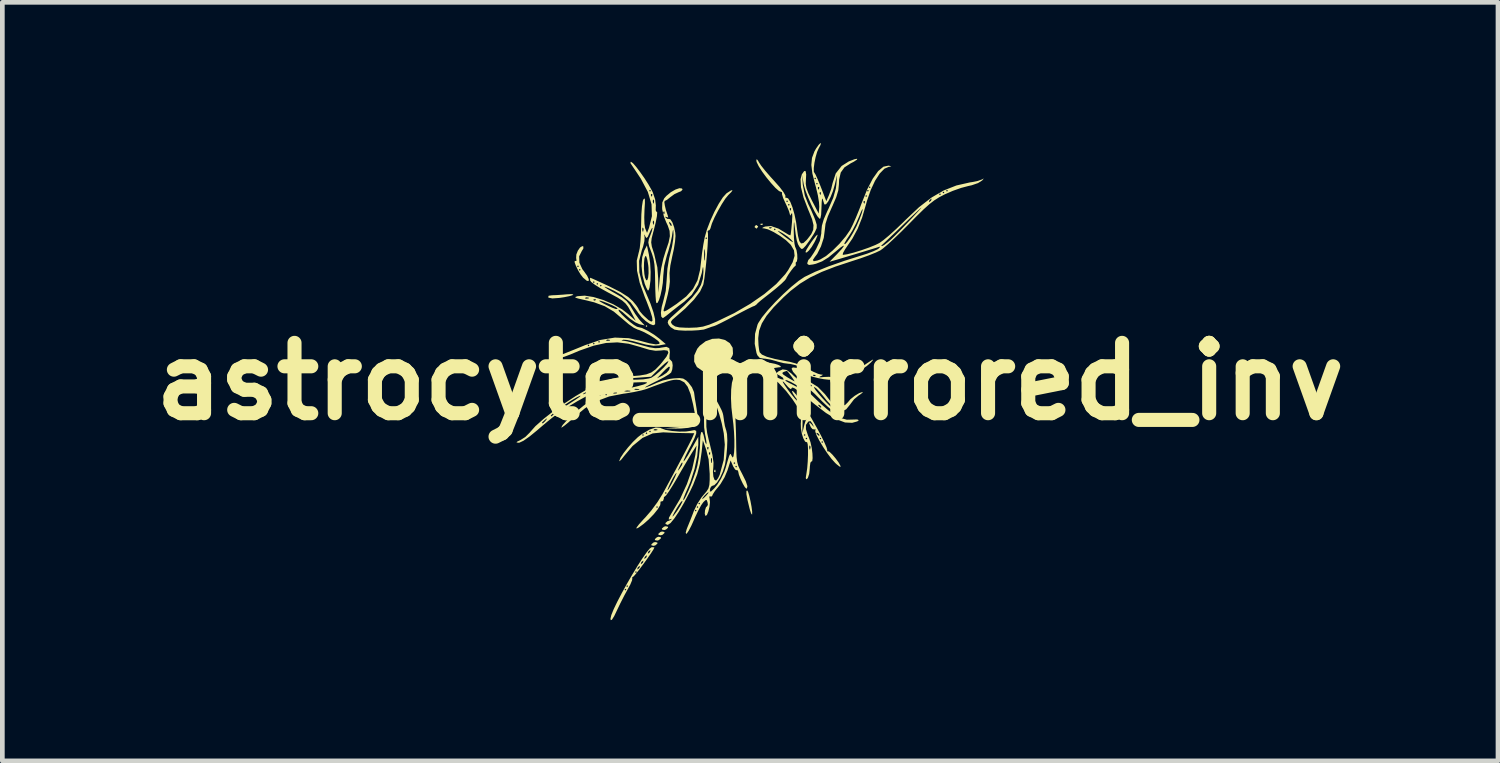
<source format=kicad_pcb>
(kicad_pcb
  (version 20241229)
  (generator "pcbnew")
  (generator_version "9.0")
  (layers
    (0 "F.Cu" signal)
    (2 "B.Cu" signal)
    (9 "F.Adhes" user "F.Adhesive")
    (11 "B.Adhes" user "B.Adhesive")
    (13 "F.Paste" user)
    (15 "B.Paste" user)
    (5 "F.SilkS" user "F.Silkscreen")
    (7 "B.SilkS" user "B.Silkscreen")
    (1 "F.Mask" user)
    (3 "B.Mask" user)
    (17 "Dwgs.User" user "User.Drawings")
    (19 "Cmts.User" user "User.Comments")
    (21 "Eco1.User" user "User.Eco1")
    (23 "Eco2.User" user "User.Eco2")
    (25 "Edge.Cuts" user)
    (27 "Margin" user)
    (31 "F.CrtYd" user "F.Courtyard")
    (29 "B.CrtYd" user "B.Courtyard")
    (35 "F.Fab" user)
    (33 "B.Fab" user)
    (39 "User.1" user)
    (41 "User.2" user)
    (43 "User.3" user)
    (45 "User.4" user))
  (footprint "astrocyte_mirrored_inv"
    (layer "F.Cu")
    (at 12.943 5.081)
    (property "Reference" "astrocyte_mirrored_inv" (at 0 0 0) (layer "F.SilkS") (effects (font (size 1.5 1.5) (thickness 0.3))))
    (attr board_only exclude_from_pos_files exclude_from_bom)
    (fp_poly (pts (xy -2.192 -1.18) (xy -2.21 -1.161) (xy -2.229 -1.18) (xy -2.21 -1.199)) (stroke (width 0) (type solid)) (fill yes) (layer "F.SilkS"))
    (fp_poly (pts (xy -0.743 1.886) (xy -0.739 1.93) (xy -0.743 1.936) (xy -0.765 1.93) (xy -0.768 1.911) (xy -0.754 1.88)) (stroke (width 0) (type solid)) (fill yes) (layer "F.SilkS"))
    (fp_poly (pts (xy 0.268 -3.359) (xy 0.263 -3.337) (xy 0.244 -3.334) (xy 0.213 -3.348) (xy 0.219 -3.359) (xy 0.263 -3.364)) (stroke (width 0) (type solid)) (fill yes) (layer "F.SilkS"))
    (fp_poly (pts (xy -1.98 3.435) (xy -1.976 3.456) (xy -2.02 3.495) (xy -2.055 3.506) (xy -2.104 3.496) (xy -2.107 3.475) (xy -2.063 3.435) (xy -2.028 3.425)) (stroke (width 0) (type solid)) (fill yes) (layer "F.SilkS"))
    (fp_poly (pts (xy -1.905 3.322) (xy -1.901 3.343) (xy -1.945 3.383) (xy -1.98 3.394) (xy -2.029 3.384) (xy -2.032 3.363) (xy -1.988 3.323) (xy -1.953 3.312)) (stroke (width 0) (type solid)) (fill yes) (layer "F.SilkS"))
    (fp_poly (pts (xy -1.83 3.21) (xy -1.826 3.231) (xy -1.87 3.271) (xy -1.905 3.281) (xy -1.954 3.271) (xy -1.958 3.25) (xy -1.913 3.21) (xy -1.878 3.2)) (stroke (width 0) (type solid)) (fill yes) (layer "F.SilkS"))
    (fp_poly (pts (xy -1.755 3.098) (xy -1.751 3.119) (xy -1.795 3.158) (xy -1.83 3.169) (xy -1.879 3.159) (xy -1.883 3.138) (xy -1.838 3.098) (xy -1.803 3.088)) (stroke (width 0) (type solid)) (fill yes) (layer "F.SilkS"))
    (fp_poly (pts (xy 0.167 -3.306) (xy 0.169 -3.297) (xy 0.14 -3.26) (xy 0.131 -3.259) (xy 0.095 -3.288) (xy 0.094 -3.297) (xy 0.122 -3.333) (xy 0.131 -3.334)) (stroke (width 0) (type solid)) (fill yes) (layer "F.SilkS"))
    (fp_poly (pts (xy 0.922 0.216) (xy 0.976 0.277) (xy 0.993 0.3) (xy 1.049 0.391) (xy 1.058 0.43) (xy 1.025 0.412) (xy 0.959 0.334) (xy 0.909 0.256) (xy 0.89 0.206) (xy 0.892 0.201)) (stroke (width 0) (type solid)) (fill yes) (layer "F.SilkS"))
    (fp_poly (pts (xy 0.431 -0.394) (xy 0.532 -0.374) (xy 0.611 -0.347) (xy 0.653 -0.321) (xy 0.646 -0.303) (xy 0.61 -0.3) (xy 0.521 -0.287) (xy 0.496 -0.279) (xy 0.434 -0.288) (xy 0.355 -0.336) (xy 0.353 -0.338) (xy 0.262 -0.417)) (stroke (width 0) (type solid)) (fill yes) (layer "F.SilkS"))
    (fp_poly (pts (xy 1.435 -3.108) (xy 1.399 -3.023) (xy 1.37 -2.965) (xy 1.313 -2.869) (xy 1.254 -2.792) (xy 1.206 -2.748) (xy 1.181 -2.752) (xy 1.18 -2.761) (xy 1.2 -2.808) (xy 1.253 -2.895) (xy 1.311 -2.981) (xy 1.391 -3.087) (xy 1.432 -3.13)) (stroke (width 0) (type solid)) (fill yes) (layer "F.SilkS"))
    (fp_poly (pts (xy -3.77 -1.854) (xy -3.788 -1.838) (xy -3.856 -1.817) (xy -3.966 -1.795) (xy -4.073 -1.779) (xy -4.218 -1.769) (xy -4.296 -1.785) (xy -4.306 -1.794) (xy -4.296 -1.826) (xy -4.226 -1.836) (xy -4.128 -1.84) (xy -3.993 -1.849) (xy -3.915 -1.856) (xy -3.81 -1.861)) (stroke (width 0) (type solid)) (fill yes) (layer "F.SilkS"))
    (fp_poly (pts (xy -0.044 2.356) (xy -0.019 2.441) (xy 0.007 2.554) (xy 0.029 2.672) (xy 0.042 2.773) (xy 0.042 2.833) (xy 0.039 2.84) (xy 0.021 2.817) (xy -0.004 2.743) (xy -0.013 2.71) (xy -0.058 2.525) (xy -0.08 2.404) (xy -0.08 2.339) (xy -0.065 2.323)) (stroke (width 0) (type solid)) (fill yes) (layer "F.SilkS"))
    (fp_poly (pts (xy -0.536 -0.882) (xy -0.434 -0.815) (xy -0.373 -0.717) (xy -0.366 -0.592) (xy -0.375 -0.555) (xy -0.447 -0.426) (xy -0.565 -0.31) (xy -0.704 -0.233) (xy -0.728 -0.225) (xy -0.84 -0.197) (xy -0.915 -0.194) (xy -0.989 -0.213) (xy -1.019 -0.225) (xy -1.136 -0.306) (xy -1.194 -0.42) (xy -1.192 -0.555) (xy -1.129 -0.695) (xy -1.076 -0.759) (xy -0.948 -0.857) (xy -0.807 -0.907) (xy -0.665 -0.914)) (stroke (width 0) (type solid)) (fill yes) (layer "F.SilkS"))
    (fp_poly (pts (xy 2.613 -0.449) (xy 2.574 -0.404) (xy 2.487 -0.328) (xy 2.372 -0.25) (xy 2.249 -0.183) (xy 2.141 -0.137) (xy 2.067 -0.125) (xy 2.059 -0.127) (xy 2.012 -0.126) (xy 2.004 -0.111) (xy 1.975 -0.081) (xy 1.906 -0.079) (xy 1.828 -0.106) (xy 1.817 -0.112) (xy 1.807 -0.138) (xy 1.871 -0.155) (xy 2.008 -0.162) (xy 2.089 -0.163) (xy 2.144 -0.176) (xy 2.154 -0.191) (xy 2.185 -0.223) (xy 2.238 -0.246) (xy 2.318 -0.282) (xy 2.427 -0.344) (xy 2.491 -0.386) (xy 2.584 -0.447) (xy 2.622 -0.468)) (stroke (width 0) (type solid)) (fill yes) (layer "F.SilkS"))
    (fp_poly (pts (xy -2.159 -2.703) (xy -2.133 -2.528) (xy -2.122 -2.333) (xy -2.126 -2.148) (xy -2.146 -2.002) (xy -2.15 -1.987) (xy -2.167 -1.941) (xy -2.186 -1.942) (xy -2.216 -2.001) (xy -2.248 -2.081) (xy -2.297 -2.265) (xy -2.311 -2.41) (xy -2.265 -2.41) (xy -2.256 -2.29) (xy -2.242 -2.215) (xy -2.216 -2.156) (xy -2.193 -2.16) (xy -2.175 -2.214) (xy -2.166 -2.306) (xy -2.168 -2.425) (xy -2.173 -2.475) (xy -2.192 -2.589) (xy -2.214 -2.661) (xy -2.233 -2.676) (xy -2.253 -2.628) (xy -2.263 -2.531) (xy -2.265 -2.41) (xy -2.311 -2.41) (xy -2.316 -2.463) (xy -2.302 -2.648) (xy -2.258 -2.789) (xy -2.201 -2.899)) (stroke (width 0) (type solid)) (fill yes) (layer "F.SilkS"))
    (fp_poly (pts (xy -3.556 -2.876) (xy -3.557 -2.831) (xy -3.59 -2.779) (xy -3.646 -2.666) (xy -3.641 -2.531) (xy -3.578 -2.393) (xy -3.551 -2.358) (xy -3.477 -2.255) (xy -3.441 -2.179) (xy -3.444 -2.139) (xy -3.483 -2.145) (xy -3.557 -2.207) (xy -3.569 -2.22) (xy -3.621 -2.288) (xy -3.672 -2.375) (xy -3.674 -2.379) (xy -3.653 -2.379) (xy -3.634 -2.36) (xy -3.615 -2.379) (xy -3.634 -2.398) (xy -3.653 -2.379) (xy -3.674 -2.379) (xy -3.71 -2.454) (xy -3.69 -2.454) (xy -3.671 -2.435) (xy -3.653 -2.454) (xy -3.671 -2.473) (xy -3.69 -2.454) (xy -3.71 -2.454) (xy -3.715 -2.463) (xy -3.741 -2.534) (xy -3.741 -2.569) (xy -3.728 -2.566) (xy -3.702 -2.572) (xy -3.71 -2.631) (xy -3.706 -2.705) (xy -3.674 -2.787) (xy -3.627 -2.854) (xy -3.579 -2.884)) (stroke (width 0) (type solid)) (fill yes) (layer "F.SilkS"))
    (fp_poly (pts (xy -2.048 3.538) (xy -2.042 3.541) (xy -2.062 3.583) (xy -2.116 3.667) (xy -2.192 3.777) (xy -2.278 3.896) (xy -2.363 4.01) (xy -2.436 4.102) (xy -2.486 4.158) (xy -2.499 4.167) (xy -2.518 4.18) (xy -2.512 4.192) (xy -2.518 4.241) (xy -2.556 4.332) (xy -2.605 4.422) (xy -2.684 4.566) (xy -2.77 4.735) (xy -2.828 4.856) (xy -2.899 5.004) (xy -2.948 5.082) (xy -2.973 5.09) (xy -2.978 5.057) (xy -2.96 4.98) (xy -2.91 4.857) (xy -2.834 4.699) (xy -2.739 4.517) (xy -2.696 4.439) (xy -2.679 4.439) (xy -2.66 4.458) (xy -2.641 4.439) (xy -2.66 4.421) (xy -2.679 4.439) (xy -2.696 4.439) (xy -2.655 4.364) (xy -2.641 4.364) (xy -2.622 4.383) (xy -2.604 4.364) (xy -2.622 4.346) (xy -2.641 4.364) (xy -2.655 4.364) (xy -2.632 4.323) (xy -2.519 4.127) (xy -2.481 4.065) (xy -2.454 4.065) (xy -2.435 4.083) (xy -2.416 4.065) (xy -2.435 4.046) (xy -2.454 4.065) (xy -2.481 4.065) (xy -2.445 4.006) (xy -2.407 4.006) (xy -2.402 4.009) (xy -2.368 3.982) (xy -2.36 3.971) (xy -2.351 3.936) (xy -2.356 3.934) (xy -2.39 3.96) (xy -2.398 3.971) (xy -2.407 4.006) (xy -2.445 4.006) (xy -2.407 3.942) (xy -2.376 3.894) (xy -2.332 3.894) (xy -2.327 3.896) (xy -2.293 3.87) (xy -2.285 3.859) (xy -2.276 3.824) (xy -2.281 3.821) (xy -2.315 3.848) (xy -2.323 3.859) (xy -2.332 3.894) (xy -2.376 3.894) (xy -2.303 3.781) (xy -2.257 3.781) (xy -2.252 3.784) (xy -2.218 3.757) (xy -2.21 3.746) (xy -2.201 3.711) (xy -2.206 3.709) (xy -2.24 3.735) (xy -2.248 3.746) (xy -2.257 3.781) (xy -2.303 3.781) (xy -2.302 3.779) (xy -2.225 3.669) (xy -2.182 3.669) (xy -2.177 3.671) (xy -2.143 3.645) (xy -2.135 3.634) (xy -2.126 3.599) (xy -2.131 3.596) (xy -2.165 3.623) (xy -2.173 3.634) (xy -2.182 3.669) (xy -2.225 3.669) (xy -2.211 3.649) (xy -2.141 3.563) (xy -2.099 3.534)) (stroke (width 0) (type solid)) (fill yes) (layer "F.SilkS"))
    (fp_poly (pts (xy 1.5 -5.042) (xy 1.462 -4.97) (xy 1.461 -4.969) (xy 1.427 -4.892) (xy 1.395 -4.781) (xy 1.37 -4.659) (xy 1.356 -4.548) (xy 1.357 -4.471) (xy 1.368 -4.45) (xy 1.392 -4.412) (xy 1.434 -4.322) (xy 1.487 -4.194) (xy 1.508 -4.141) (xy 1.623 -3.842) (xy 1.68 -3.972) (xy 1.727 -4.101) (xy 1.758 -4.23) (xy 1.759 -4.233) (xy 1.825 -4.435) (xy 1.95 -4.593) (xy 2.102 -4.689) (xy 2.22 -4.735) (xy 2.28 -4.747) (xy 2.279 -4.729) (xy 2.211 -4.684) (xy 2.143 -4.649) (xy 2.01 -4.563) (xy 1.931 -4.453) (xy 1.896 -4.3) (xy 1.892 -4.201) (xy 1.879 -4.073) (xy 1.835 -3.927) (xy 1.755 -3.741) (xy 1.742 -3.713) (xy 1.655 -3.515) (xy 1.606 -3.359) (xy 1.591 -3.228) (xy 1.569 -3.06) (xy 1.51 -2.879) (xy 1.429 -2.718) (xy 1.378 -2.651) (xy 1.336 -2.588) (xy 1.356 -2.562) (xy 1.434 -2.577) (xy 1.495 -2.6) (xy 1.616 -2.672) (xy 1.758 -2.79) (xy 1.899 -2.93) (xy 2.006 -2.93) (xy 2.023 -2.925) (xy 2.067 -2.972) (xy 2.127 -3.058) (xy 2.193 -3.167) (xy 2.256 -3.287) (xy 2.27 -3.315) (xy 2.329 -3.451) (xy 2.376 -3.577) (xy 2.397 -3.653) (xy 2.396 -3.677) (xy 2.374 -3.639) (xy 2.335 -3.547) (xy 2.326 -3.524) (xy 2.258 -3.369) (xy 2.178 -3.215) (xy 2.119 -3.12) (xy 2.055 -3.024) (xy 2.014 -2.953) (xy 2.006 -2.93) (xy 1.899 -2.93) (xy 1.905 -2.936) (xy 2.037 -3.092) (xy 2.13 -3.227) (xy 2.185 -3.336) (xy 2.255 -3.493) (xy 2.328 -3.672) (xy 2.377 -3.801) (xy 2.385 -3.821) (xy 2.416 -3.821) (xy 2.43 -3.79) (xy 2.441 -3.796) (xy 2.446 -3.841) (xy 2.441 -3.846) (xy 2.419 -3.841) (xy 2.416 -3.821) (xy 2.385 -3.821) (xy 2.438 -3.952) (xy 2.454 -3.952) (xy 2.473 -3.934) (xy 2.491 -3.952) (xy 2.473 -3.971) (xy 2.454 -3.952) (xy 2.438 -3.952) (xy 2.483 -4.065) (xy 2.491 -4.065) (xy 2.51 -4.046) (xy 2.529 -4.065) (xy 2.51 -4.083) (xy 2.491 -4.065) (xy 2.483 -4.065) (xy 2.494 -4.092) (xy 2.519 -4.14) (xy 2.529 -4.14) (xy 2.547 -4.121) (xy 2.566 -4.14) (xy 2.547 -4.158) (xy 2.529 -4.14) (xy 2.519 -4.14) (xy 2.613 -4.321) (xy 2.729 -4.484) (xy 2.842 -4.578) (xy 2.95 -4.6) (xy 2.967 -4.597) (xy 3.008 -4.583) (xy 2.977 -4.576) (xy 2.957 -4.575) (xy 2.862 -4.535) (xy 2.762 -4.432) (xy 2.662 -4.277) (xy 2.57 -4.08) (xy 2.492 -3.854) (xy 2.473 -3.786) (xy 2.387 -3.493) (xy 2.292 -3.253) (xy 2.18 -3.046) (xy 2.096 -2.923) (xy 2.023 -2.816) (xy 1.979 -2.737) (xy 1.973 -2.699) (xy 1.977 -2.697) (xy 2.07 -2.711) (xy 2.208 -2.746) (xy 2.37 -2.796) (xy 2.533 -2.853) (xy 2.634 -2.894) (xy 2.794 -2.894) (xy 2.805 -2.885) (xy 2.813 -2.885) (xy 2.857 -2.908) (xy 2.936 -2.969) (xy 3.001 -3.025) (xy 3.089 -3.11) (xy 3.21 -3.232) (xy 3.348 -3.375) (xy 3.469 -3.503) (xy 3.572 -3.614) (xy 3.634 -3.683) (xy 3.653 -3.707) (xy 3.626 -3.685) (xy 3.552 -3.616) (xy 3.427 -3.498) (xy 3.296 -3.372) (xy 3.14 -3.221) (xy 3.002 -3.09) (xy 2.893 -2.986) (xy 2.821 -2.918) (xy 2.794 -2.894) (xy 2.634 -2.894) (xy 2.673 -2.91) (xy 2.754 -2.95) (xy 2.841 -3.012) (xy 2.966 -3.116) (xy 3.112 -3.249) (xy 3.267 -3.397) (xy 3.317 -3.447) (xy 3.6 -3.714) (xy 3.742 -3.824) (xy 3.812 -3.824) (xy 3.817 -3.821) (xy 3.851 -3.848) (xy 3.859 -3.859) (xy 3.868 -3.894) (xy 3.863 -3.896) (xy 3.829 -3.87) (xy 3.821 -3.859) (xy 3.812 -3.824) (xy 3.742 -3.824) (xy 3.866 -3.919) (xy 3.987 -3.99) (xy 4.027 -3.99) (xy 4.046 -3.971) (xy 4.065 -3.99) (xy 4.046 -4.009) (xy 4.027 -3.99) (xy 3.987 -3.99) (xy 4.052 -4.027) (xy 4.102 -4.027) (xy 4.121 -4.009) (xy 4.14 -4.027) (xy 4.121 -4.046) (xy 4.102 -4.027) (xy 4.052 -4.027) (xy 4.116 -4.065) (xy 4.177 -4.065) (xy 4.196 -4.046) (xy 4.215 -4.065) (xy 4.196 -4.083) (xy 4.177 -4.065) (xy 4.116 -4.065) (xy 4.127 -4.071) (xy 4.397 -4.177) (xy 4.688 -4.243) (xy 4.737 -4.25) (xy 4.853 -4.274) (xy 4.943 -4.306) (xy 4.962 -4.317) (xy 4.981 -4.326) (xy 4.951 -4.289) (xy 4.945 -4.283) (xy 4.858 -4.228) (xy 4.722 -4.181) (xy 4.645 -4.164) (xy 4.498 -4.125) (xy 4.322 -4.063) (xy 4.153 -3.99) (xy 4.141 -3.984) (xy 4.028 -3.925) (xy 3.925 -3.859) (xy 3.819 -3.777) (xy 3.699 -3.669) (xy 3.551 -3.525) (xy 3.392 -3.363) (xy 3.229 -3.199) (xy 3.073 -3.049) (xy 2.936 -2.922) (xy 2.828 -2.831) (xy 2.772 -2.791) (xy 2.677 -2.746) (xy 2.53 -2.687) (xy 2.352 -2.623) (xy 2.173 -2.565) (xy 1.819 -2.448) (xy 1.525 -2.334) (xy 1.277 -2.215) (xy 1.061 -2.083) (xy 0.862 -1.93) (xy 0.711 -1.793) (xy 0.502 -1.582) (xy 0.35 -1.4) (xy 0.249 -1.237) (xy 0.191 -1.082) (xy 0.172 -0.925) (xy 0.172 -0.899) (xy 0.178 -0.769) (xy 0.192 -0.662) (xy 0.202 -0.621) (xy 0.25 -0.572) (xy 0.355 -0.525) (xy 0.524 -0.479) (xy 0.762 -0.432) (xy 0.843 -0.418) (xy 0.97 -0.383) (xy 1.12 -0.322) (xy 1.223 -0.27) (xy 1.343 -0.207) (xy 1.447 -0.162) (xy 1.503 -0.147) (xy 1.55 -0.142) (xy 1.531 -0.125) (xy 1.499 -0.11) (xy 1.469 -0.09) (xy 1.505 -0.087) (xy 1.573 -0.094) (xy 1.683 -0.098) (xy 1.767 -0.082) (xy 1.779 -0.076) (xy 1.8 -0.048) (xy 1.762 -0.035) (xy 1.68 -0.035) (xy 1.571 -0.047) (xy 1.447 -0.07) (xy 1.325 -0.101) (xy 1.236 -0.132) (xy 1.223 -0.137) (xy 1.342 -0.137) (xy 1.348 -0.115) (xy 1.367 -0.112) (xy 1.398 -0.126) (xy 1.392 -0.137) (xy 1.348 -0.142) (xy 1.342 -0.137) (xy 1.223 -0.137) (xy 1.108 -0.185) (xy 1.036 -0.212) (xy 1.006 -0.217) (xy 1.004 -0.201) (xy 1.017 -0.167) (xy 1.061 -0.121) (xy 1.152 -0.058) (xy 1.258 0.002) (xy 1.442 0.117) (xy 1.592 0.27) (xy 1.63 0.318) (xy 1.717 0.43) (xy 1.783 0.493) (xy 1.847 0.52) (xy 1.91 0.524) (xy 2.021 0.506) (xy 2.08 0.448) (xy 2.138 0.38) (xy 2.229 0.307) (xy 2.325 0.249) (xy 2.398 0.225) (xy 2.394 0.242) (xy 2.34 0.283) (xy 2.315 0.298) (xy 2.215 0.381) (xy 2.138 0.482) (xy 2.135 0.487) (xy 2.046 0.596) (xy 1.927 0.654) (xy 1.803 0.652) (xy 1.743 0.615) (xy 1.649 0.536) (xy 1.537 0.429) (xy 1.48 0.37) (xy 1.368 0.258) (xy 1.27 0.171) (xy 1.217 0.133) (xy 1.362 0.133) (xy 1.395 0.186) (xy 1.459 0.265) (xy 1.54 0.358) (xy 1.627 0.451) (xy 1.709 0.531) (xy 1.773 0.585) (xy 1.797 0.598) (xy 1.895 0.611) (xy 1.947 0.604) (xy 1.978 0.587) (xy 1.944 0.573) (xy 1.878 0.563) (xy 1.79 0.542) (xy 1.715 0.496) (xy 1.634 0.41) (xy 1.579 0.34) (xy 1.492 0.235) (xy 1.417 0.155) (xy 1.369 0.119) (xy 1.362 0.133) (xy 1.217 0.133) (xy 1.201 0.121) (xy 1.18 0.114) (xy 1.178 0.137) (xy 1.223 0.197) (xy 1.304 0.284) (xy 1.408 0.386) (xy 1.525 0.495) (xy 1.645 0.599) (xy 1.754 0.687) (xy 1.843 0.749) (xy 1.874 0.766) (xy 2.061 0.817) (xy 2.177 0.814) (xy 2.282 0.811) (xy 2.317 0.827) (xy 2.284 0.853) (xy 2.182 0.881) (xy 2.174 0.883) (xy 2.022 0.876) (xy 1.836 0.806) (xy 1.615 0.672) (xy 1.389 0.498) (xy 1.448 0.498) (xy 1.457 0.519) (xy 1.495 0.559) (xy 1.517 0.551) (xy 1.517 0.545) (xy 1.491 0.514) (xy 1.474 0.502) (xy 1.448 0.498) (xy 1.389 0.498) (xy 1.358 0.473) (xy 1.332 0.452) (xy 1.159 0.306) (xy 1.034 0.207) (xy 0.951 0.15) (xy 0.902 0.13) (xy 0.881 0.144) (xy 0.879 0.158) (xy 0.858 0.163) (xy 0.808 0.119) (xy 0.786 0.094) (xy 0.72 0.018) (xy 0.693 -0.003) (xy 0.7 0.022) (xy 0.739 0.085) (xy 0.804 0.178) (xy 0.867 0.261) (xy 0.953 0.366) (xy 1.024 0.439) (xy 1.065 0.468) (xy 1.069 0.468) (xy 1.089 0.463) (xy 1.114 0.479) (xy 1.15 0.524) (xy 1.203 0.607) (xy 1.279 0.736) (xy 1.382 0.92) (xy 1.42 0.987) (xy 1.509 1.152) (xy 1.58 1.295) (xy 1.627 1.404) (xy 1.644 1.464) (xy 1.643 1.47) (xy 1.641 1.493) (xy 1.656 1.487) (xy 1.693 1.503) (xy 1.754 1.562) (xy 1.824 1.645) (xy 1.886 1.73) (xy 1.924 1.8) (xy 1.929 1.821) (xy 1.906 1.816) (xy 1.846 1.769) (xy 1.814 1.74) (xy 1.733 1.65) (xy 1.643 1.53) (xy 1.554 1.396) (xy 1.492 1.292) (xy 1.517 1.292) (xy 1.536 1.311) (xy 1.555 1.292) (xy 1.536 1.274) (xy 1.517 1.292) (xy 1.492 1.292) (xy 1.475 1.264) (xy 1.451 1.218) (xy 1.48 1.218) (xy 1.499 1.236) (xy 1.517 1.218) (xy 1.499 1.199) (xy 1.48 1.218) (xy 1.451 1.218) (xy 1.416 1.15) (xy 1.397 1.097) (xy 1.411 1.097) (xy 1.42 1.118) (xy 1.458 1.158) (xy 1.479 1.15) (xy 1.48 1.145) (xy 1.453 1.113) (xy 1.437 1.102) (xy 1.411 1.097) (xy 1.397 1.097) (xy 1.388 1.07) (xy 1.389 1.045) (xy 1.395 1.017) (xy 1.375 1.025) (xy 1.328 1.018) (xy 1.294 0.978) (xy 1.26 0.899) (xy 1.263 0.873) (xy 1.301 0.906) (xy 1.313 0.92) (xy 1.353 0.968) (xy 1.352 0.954) (xy 1.329 0.906) (xy 1.29 0.848) (xy 1.247 0.853) (xy 1.234 0.864) (xy 1.189 0.928) (xy 1.189 1.02) (xy 1.233 1.154) (xy 1.254 1.204) (xy 1.287 1.3) (xy 1.312 1.417) (xy 1.327 1.535) (xy 1.331 1.636) (xy 1.323 1.7) (xy 1.302 1.71) (xy 1.284 1.733) (xy 1.273 1.81) (xy 1.27 1.86) (xy 1.258 1.972) (xy 1.231 2.055) (xy 1.219 2.072) (xy 1.191 2.087) (xy 1.186 2.051) (xy 1.199 1.967) (xy 1.216 1.849) (xy 1.227 1.71) (xy 1.233 1.568) (xy 1.233 1.44) (xy 1.231 1.402) (xy 1.258 1.402) (xy 1.265 1.45) (xy 1.278 1.451) (xy 1.287 1.401) (xy 1.281 1.379) (xy 1.264 1.365) (xy 1.258 1.402) (xy 1.231 1.402) (xy 1.227 1.344) (xy 1.215 1.298) (xy 1.21 1.297) (xy 1.172 1.285) (xy 1.135 1.218) (xy 1.134 1.218) (xy 1.18 1.218) (xy 1.199 1.236) (xy 1.218 1.218) (xy 1.199 1.199) (xy 1.18 1.218) (xy 1.134 1.218) (xy 1.11 1.143) (xy 1.143 1.143) (xy 1.161 1.161) (xy 1.18 1.143) (xy 1.161 1.124) (xy 1.143 1.143) (xy 1.11 1.143) (xy 1.102 1.117) (xy 1.082 1.003) (xy 1.079 0.894) (xy 1.081 0.877) (xy 1.085 0.766) (xy 1.06 0.655) (xy 1.007 0.543) (xy 1.073 0.543) (xy 1.089 0.584) (xy 1.106 0.659) (xy 1.116 0.78) (xy 1.117 0.88) (xy 1.112 1.105) (xy 1.155 0.924) (xy 1.186 0.825) (xy 1.217 0.774) (xy 1.232 0.774) (xy 1.239 0.766) (xy 1.215 0.709) (xy 1.204 0.686) (xy 1.157 0.608) (xy 1.112 0.551) (xy 1.08 0.526) (xy 1.073 0.543) (xy 1.007 0.543) (xy 1.001 0.531) (xy 0.901 0.38) (xy 0.768 0.207) (xy 0.603 0.029) (xy 0.53 -0.027) (xy 0.745 -0.027) (xy 0.766 -0.004) (xy 0.837 0.036) (xy 0.879 0.056) (xy 0.988 0.114) (xy 1.076 0.177) (xy 1.091 0.193) (xy 1.146 0.245) (xy 1.173 0.262) (xy 1.165 0.239) (xy 1.12 0.183) (xy 1.054 0.126) (xy 0.961 0.064) (xy 0.864 0.01) (xy 0.784 -0.024) (xy 0.745 -0.027) (xy 0.53 -0.027) (xy 0.427 -0.108) (xy 0.253 -0.196) (xy 0.104 -0.225) (xy -0.04 -0.198) (xy -0.182 -0.13) (xy -0.29 -0.038) (xy -0.302 -0.02) (xy -0.332 0.036) (xy -0.348 0.103) (xy -0.351 0.199) (xy -0.344 0.342) (xy -0.335 0.442) (xy -0.322 0.634) (xy -0.311 0.868) (xy -0.302 1.11) (xy -0.299 1.274) (xy -0.296 1.471) (xy -0.29 1.612) (xy -0.277 1.715) (xy -0.254 1.799) (xy -0.218 1.881) (xy -0.175 1.963) (xy -0.094 2.127) (xy -0.059 2.233) (xy -0.07 2.282) (xy -0.084 2.285) (xy -0.115 2.253) (xy -0.159 2.176) (xy -0.205 2.079) (xy -0.241 1.986) (xy -0.255 1.922) (xy -0.255 1.92) (xy -0.272 1.89) (xy -0.286 1.895) (xy -0.321 1.879) (xy -0.36 1.817) (xy -0.318 1.817) (xy -0.3 1.836) (xy -0.281 1.817) (xy -0.3 1.798) (xy -0.318 1.817) (xy -0.36 1.817) (xy -0.363 1.813) (xy -0.368 1.8) (xy -0.393 1.742) (xy -0.356 1.742) (xy -0.337 1.761) (xy -0.318 1.742) (xy -0.337 1.723) (xy -0.356 1.742) (xy -0.393 1.742) (xy -0.417 1.685) (xy -0.483 1.895) (xy -0.546 2.044) (xy -0.632 2.188) (xy -0.677 2.246) (xy -0.751 2.336) (xy -0.797 2.408) (xy -0.805 2.432) (xy -0.829 2.458) (xy -0.847 2.451) (xy -0.873 2.454) (xy -0.864 2.503) (xy -0.857 2.577) (xy -0.868 2.674) (xy -0.891 2.771) (xy -0.92 2.844) (xy -0.948 2.869) (xy -0.952 2.868) (xy -0.968 2.823) (xy -0.963 2.75) (xy -0.942 2.683) (xy -0.917 2.66) (xy -0.902 2.63) (xy -0.908 2.582) (xy -0.926 2.529) (xy -0.955 2.533) (xy -0.998 2.574) (xy -1.045 2.64) (xy -1.107 2.755) (xy -1.174 2.896) (xy -1.193 2.94) (xy -1.254 3.076) (xy -1.31 3.183) (xy -1.351 3.243) (xy -1.36 3.251) (xy -1.375 3.23) (xy -1.355 3.154) (xy -1.335 3.103) (xy -1.278 2.964) (xy -1.218 2.809) (xy -1.199 2.757) (xy -1.197 2.754) (xy -1.18 2.754) (xy -1.161 2.772) (xy -1.143 2.754) (xy -1.161 2.735) (xy -1.18 2.754) (xy -1.197 2.754) (xy -1.161 2.679) (xy -1.143 2.679) (xy -1.124 2.697) (xy -1.105 2.679) (xy -1.124 2.66) (xy -1.143 2.679) (xy -1.161 2.679) (xy -1.131 2.615) (xy -1.123 2.604) (xy -1.105 2.604) (xy -1.086 2.622) (xy -1.068 2.604) (xy -1.086 2.585) (xy -1.105 2.604) (xy -1.123 2.604) (xy -1.062 2.51) (xy -1.023 2.51) (xy -0.987 2.485) (xy -0.937 2.435) (xy -0.893 2.381) (xy -0.888 2.36) (xy -0.924 2.385) (xy -0.974 2.435) (xy -1.017 2.489) (xy -1.023 2.51) (xy -1.062 2.51) (xy -1.037 2.472) (xy -0.997 2.424) (xy -0.93 2.346) (xy -0.89 2.281) (xy -0.87 2.205) (xy -0.863 2.095) (xy -0.863 1.971) (xy -0.884 1.686) (xy -0.837 1.686) (xy -0.831 1.739) (xy -0.818 1.733) (xy -0.813 1.656) (xy -0.818 1.639) (xy -0.832 1.634) (xy -0.837 1.686) (xy -0.884 1.686) (xy -0.885 1.666) (xy -0.918 1.536) (xy -0.88 1.536) (xy -0.867 1.567) (xy -0.855 1.561) (xy -0.851 1.517) (xy -0.855 1.511) (xy -0.878 1.516) (xy -0.88 1.536) (xy -0.918 1.536) (xy -0.936 1.461) (xy -0.949 1.424) (xy -0.918 1.424) (xy -0.904 1.454) (xy -0.893 1.449) (xy -0.888 1.404) (xy -0.893 1.399) (xy -0.915 1.404) (xy -0.918 1.424) (xy -0.949 1.424) (xy -1.009 1.255) (xy -1.034 1.499) (xy -1.071 1.755) (xy -1.128 1.978) (xy -1.215 2.204) (xy -1.289 2.36) (xy -1.407 2.585) (xy -1.519 2.776) (xy -1.618 2.924) (xy -1.699 3.021) (xy -1.756 3.059) (xy -1.759 3.059) (xy -1.804 3.04) (xy -1.806 3.019) (xy -1.763 2.98) (xy -1.751 2.978) (xy -1.69 2.954) (xy -1.68 2.944) (xy -1.674 2.927) (xy -1.695 2.937) (xy -1.736 2.946) (xy -1.731 2.903) (xy -1.72 2.885) (xy -1.656 2.885) (xy -1.628 2.856) (xy -1.574 2.784) (xy -1.541 2.736) (xy -1.483 2.641) (xy -1.448 2.572) (xy -1.442 2.542) (xy -1.469 2.563) (xy -1.474 2.568) (xy -1.515 2.624) (xy -1.567 2.706) (xy -1.616 2.792) (xy -1.65 2.859) (xy -1.656 2.885) (xy -1.72 2.885) (xy -1.679 2.813) (xy -1.665 2.791) (xy -1.495 2.506) (xy -1.349 2.19) (xy -1.237 1.869) (xy -1.169 1.569) (xy -1.165 1.536) (xy -1.143 1.367) (xy -1.238 1.517) (xy -1.294 1.61) (xy -1.376 1.748) (xy -1.473 1.913) (xy -1.562 2.068) (xy -1.652 2.219) (xy -1.73 2.342) (xy -1.788 2.424) (xy -1.818 2.453) (xy -1.819 2.452) (xy -1.839 2.468) (xy -1.841 2.501) (xy -1.859 2.551) (xy -1.885 2.556) (xy -1.916 2.568) (xy -1.911 2.585) (xy -1.918 2.637) (xy -1.97 2.725) (xy -2.055 2.831) (xy -2.162 2.942) (xy -2.27 3.037) (xy -2.373 3.113) (xy -2.423 3.139) (xy -2.422 3.116) (xy -2.37 3.047) (xy -2.268 2.934) (xy -2.236 2.901) (xy -2.107 2.752) (xy -2.054 2.679) (xy -2.004 2.679) (xy -1.986 2.697) (xy -1.967 2.679) (xy -1.986 2.66) (xy -2.004 2.679) (xy -2.054 2.679) (xy -1.976 2.573) (xy -1.869 2.402) (xy -1.867 2.398) (xy -1.857 2.379) (xy -1.817 2.379) (xy -1.798 2.398) (xy -1.779 2.379) (xy -1.798 2.36) (xy -1.817 2.379) (xy -1.857 2.379) (xy -1.826 2.323) (xy -1.762 2.323) (xy -1.736 2.292) (xy -1.69 2.213) (xy -1.648 2.135) (xy -1.6 2.034) (xy -1.573 1.966) (xy -1.572 1.948) (xy -1.598 1.979) (xy -1.645 2.057) (xy -1.686 2.135) (xy -1.734 2.237) (xy -1.761 2.305) (xy -1.762 2.323) (xy -1.826 2.323) (xy -1.726 2.138) (xy -1.597 1.898) (xy -1.542 1.898) (xy -1.534 1.898) (xy -1.501 1.857) (xy -1.456 1.787) (xy -1.442 1.747) (xy -1.45 1.724) (xy -1.475 1.758) (xy -1.514 1.836) (xy -1.542 1.898) (xy -1.597 1.898) (xy -1.593 1.891) (xy -1.474 1.666) (xy -1.372 1.473) (xy -1.294 1.322) (xy -1.244 1.223) (xy -1.233 1.199) (xy -1.192 1.105) (xy -1.42 1.102) (xy -1.59 1.098) (xy -1.769 1.09) (xy -1.854 1.086) (xy -2.079 1.109) (xy -2.297 1.206) (xy -2.507 1.377) (xy -2.685 1.588) (xy -2.746 1.665) (xy -2.784 1.701) (xy -2.791 1.698) (xy -2.766 1.63) (xy -2.699 1.528) (xy -2.606 1.41) (xy -2.499 1.29) (xy -2.393 1.188) (xy -2.335 1.143) (xy -2.304 1.143) (xy -2.285 1.161) (xy -2.267 1.143) (xy -2.285 1.124) (xy -2.304 1.143) (xy -2.335 1.143) (xy -2.315 1.127) (xy -2.278 1.105) (xy -2.229 1.105) (xy -2.21 1.124) (xy -2.192 1.105) (xy -2.21 1.086) (xy -2.229 1.105) (xy -2.278 1.105) (xy -2.214 1.068) (xy -2.154 1.068) (xy -2.135 1.086) (xy -2.117 1.068) (xy -2.135 1.049) (xy -2.154 1.068) (xy -2.214 1.068) (xy -2.167 1.04) (xy -2.063 1.04) (xy -2.026 1.046) (xy -1.978 1.039) (xy -1.977 1.026) (xy -2.027 1.017) (xy -2.049 1.023) (xy -2.063 1.04) (xy -2.167 1.04) (xy -2.144 1.027) (xy -2.013 0.982) (xy -1.916 0.99) (xy -1.894 1.001) (xy -1.804 1.034) (xy -1.667 1.057) (xy -1.512 1.07) (xy -1.367 1.068) (xy -1.264 1.053) (xy -1.189 1.038) (xy -1.15 1.055) (xy -1.15 1.111) (xy -1.188 1.214) (xy -1.266 1.371) (xy -1.293 1.421) (xy -1.373 1.579) (xy -1.415 1.675) (xy -1.421 1.709) (xy -1.393 1.678) (xy -1.331 1.582) (xy -1.259 1.455) (xy -1.106 1.18) (xy -1.106 1.349) (xy -1.128 1.592) (xy -1.186 1.866) (xy -1.274 2.14) (xy -1.327 2.266) (xy -1.381 2.39) (xy -1.418 2.485) (xy -1.43 2.533) (xy -1.43 2.535) (xy -1.406 2.515) (xy -1.365 2.439) (xy -1.313 2.325) (xy -1.256 2.187) (xy -1.202 2.041) (xy -1.155 1.903) (xy -1.126 1.798) (xy -1.094 1.621) (xy -1.073 1.422) (xy -1.068 1.3) (xy -1.062 1.159) (xy -1.045 1.084) (xy -1.022 1.076) (xy -0.995 1.139) (xy -0.976 1.221) (xy -0.956 1.304) (xy -0.937 1.34) (xy -0.934 1.339) (xy -0.932 1.296) (xy -0.945 1.205) (xy -0.96 1.136) (xy -0.981 0.983) (xy -0.984 0.841) (xy -0.935 0.841) (xy -0.934 0.969) (xy -0.918 1.095) (xy -0.883 1.249) (xy -0.858 1.346) (xy -0.806 1.563) (xy -0.782 1.729) (xy -0.785 1.821) (xy -0.794 1.93) (xy -0.785 2.029) (xy -0.761 2.097) (xy -0.728 2.115) (xy -0.724 2.113) (xy -0.685 2.064) (xy -0.65 1.991) (xy -0.565 1.677) (xy -0.541 1.346) (xy -0.563 1.106) (xy -0.606 0.895) (xy -0.658 0.704) (xy -0.713 0.542) (xy -0.769 0.422) (xy -0.82 0.352) (xy -0.862 0.344) (xy -0.866 0.348) (xy -0.88 0.393) (xy -0.898 0.495) (xy -0.916 0.633) (xy -0.921 0.682) (xy -0.935 0.841) (xy -0.984 0.841) (xy -0.984 0.805) (xy -0.972 0.623) (xy -0.946 0.46) (xy -0.909 0.337) (xy -0.885 0.296) (xy -0.848 0.256) (xy -0.819 0.251) (xy -0.783 0.292) (xy -0.729 0.386) (xy -0.711 0.418) (xy -0.652 0.528) (xy -0.61 0.612) (xy -0.596 0.646) (xy -0.583 0.684) (xy -0.574 0.723) (xy -0.561 0.81) (xy -0.558 0.839) (xy -0.539 0.95) (xy -0.514 1.035) (xy -0.51 1.045) (xy -0.493 1.126) (xy -0.487 1.259) (xy -0.493 1.422) (xy -0.508 1.593) (xy -0.533 1.751) (xy -0.541 1.787) (xy -0.584 1.924) (xy -0.642 2.052) (xy -0.707 2.155) (xy -0.766 2.214) (xy -0.796 2.221) (xy -0.835 2.245) (xy -0.854 2.287) (xy -0.861 2.347) (xy -0.833 2.346) (xy -0.768 2.283) (xy -0.702 2.204) (xy -0.621 2.076) (xy -0.549 1.921) (xy -0.522 1.841) (xy -0.478 1.685) (xy -0.449 1.591) (xy -0.429 1.549) (xy -0.414 1.55) (xy -0.398 1.584) (xy -0.395 1.591) (xy -0.372 1.624) (xy -0.355 1.595) (xy -0.343 1.514) (xy -0.337 1.394) (xy -0.337 1.246) (xy -0.344 1.081) (xy -0.358 0.912) (xy -0.378 0.75) (xy -0.378 0.749) (xy -0.4 0.556) (xy -0.409 0.358) (xy -0.405 0.176) (xy -0.389 0.031) (xy -0.367 -0.046) (xy -0.273 -0.163) (xy -0.124 -0.238) (xy -0.082 -0.25) (xy 0.055 -0.28) (xy 0.156 -0.285) (xy 0.249 -0.262) (xy 0.36 -0.206) (xy 0.444 -0.156) (xy 0.563 -0.089) (xy 0.657 -0.047) (xy 0.709 -0.037) (xy 0.713 -0.04) (xy 0.699 -0.078) (xy 0.636 -0.12) (xy 0.57 -0.155) (xy 0.567 -0.178) (xy 0.683 -0.178) (xy 0.708 -0.144) (xy 0.792 -0.088) (xy 0.88 -0.036) (xy 0.938 -0.004) (xy 0.947 -0.000192) (xy 0.934 -0.026) (xy 0.889 -0.092) (xy 0.874 -0.112) (xy 0.819 -0.185) (xy 0.785 -0.223) (xy 0.783 -0.225) (xy 0.746 -0.213) (xy 0.71 -0.2) (xy 0.683 -0.178) (xy 0.567 -0.178) (xy 0.567 -0.183) (xy 0.603 -0.214) (xy 0.692 -0.256) (xy 0.778 -0.243) (xy 0.878 -0.169) (xy 0.92 -0.127) (xy 1.014 -0.043) (xy 1.121 0.031) (xy 1.221 0.084) (xy 1.296 0.105) (xy 1.319 0.098) (xy 1.3 0.074) (xy 1.231 0.035) (xy 1.194 0.019) (xy 1.09 -0.04) (xy 0.989 -0.121) (xy 0.913 -0.205) (xy 0.882 -0.272) (xy 0.909 -0.298) (xy 0.989 -0.288) (xy 1.11 -0.242) (xy 1.153 -0.221) (xy 1.242 -0.18) (xy 1.274 -0.174) (xy 1.253 -0.196) (xy 1.186 -0.241) (xy 1.087 -0.296) (xy 0.967 -0.346) (xy 0.852 -0.373) (xy 0.825 -0.375) (xy 0.715 -0.389) (xy 0.587 -0.421) (xy 0.562 -0.43) (xy 0.435 -0.465) (xy 0.313 -0.485) (xy 0.294 -0.485) (xy 0.205 -0.5) (xy 0.155 -0.555) (xy 0.135 -0.605) (xy 0.097 -0.802) (xy 0.104 -1.014) (xy 0.156 -1.208) (xy 0.172 -1.243) (xy 0.252 -1.366) (xy 0.377 -1.519) (xy 0.532 -1.688) (xy 0.703 -1.858) (xy 0.875 -2.015) (xy 1.034 -2.144) (xy 1.16 -2.228) (xy 1.384 -2.336) (xy 1.671 -2.452) (xy 2.011 -2.571) (xy 2.341 -2.675) (xy 2.495 -2.724) (xy 2.627 -2.775) (xy 2.717 -2.817) (xy 2.735 -2.829) (xy 2.772 -2.867) (xy 2.754 -2.871) (xy 2.675 -2.845) (xy 2.545 -2.805) (xy 2.384 -2.756) (xy 2.212 -2.704) (xy 2.049 -2.655) (xy 1.916 -2.615) (xy 1.876 -2.603) (xy 1.692 -2.55) (xy 1.848 -2.71) (xy 1.948 -2.818) (xy 1.995 -2.881) (xy 1.99 -2.896) (xy 1.933 -2.86) (xy 1.826 -2.772) (xy 1.669 -2.643) (xy 1.535 -2.56) (xy 1.402 -2.508) (xy 1.339 -2.493) (xy 1.254 -2.482) (xy 1.22 -2.503) (xy 1.218 -2.524) (xy 1.24 -2.589) (xy 1.256 -2.604) (xy 1.294 -2.648) (xy 1.353 -2.736) (xy 1.405 -2.822) (xy 1.485 -2.993) (xy 1.516 -3.155) (xy 1.517 -3.195) (xy 1.529 -3.32) (xy 1.57 -3.46) (xy 1.647 -3.636) (xy 1.67 -3.682) (xy 1.771 -3.915) (xy 1.826 -4.11) (xy 1.837 -4.196) (xy 1.853 -4.402) (xy 1.803 -4.19) (xy 1.764 -4.056) (xy 1.715 -3.933) (xy 1.664 -3.836) (xy 1.618 -3.777) (xy 1.586 -3.771) (xy 1.578 -3.785) (xy 1.55 -3.873) (xy 1.542 -3.896) (xy 1.532 -3.891) (xy 1.525 -3.825) (xy 1.52 -3.711) (xy 1.52 -3.697) (xy 1.513 -3.554) (xy 1.498 -3.477) (xy 1.479 -3.466) (xy 1.433 -3.52) (xy 1.371 -3.626) (xy 1.303 -3.765) (xy 1.237 -3.917) (xy 1.181 -4.063) (xy 1.145 -4.184) (xy 1.139 -4.215) (xy 1.108 -4.402) (xy 1.122 -4.192) (xy 1.165 -3.964) (xy 1.237 -3.782) (xy 1.304 -3.642) (xy 1.364 -3.502) (xy 1.39 -3.434) (xy 1.419 -3.339) (xy 1.418 -3.268) (xy 1.382 -3.188) (xy 1.35 -3.132) (xy 1.275 -3.017) (xy 1.201 -2.915) (xy 1.18 -2.888) (xy 1.124 -2.829) (xy 1.09 -2.825) (xy 1.05 -2.87) (xy 1.019 -2.925) (xy 0.993 -3.008) (xy 0.971 -3.132) (xy 0.948 -3.313) (xy 0.941 -3.372) (xy 0.935 -3.399) (xy 0.931 -3.359) (xy 0.929 -3.262) (xy 0.929 -3.203) (xy 0.933 -3.057) (xy 0.944 -2.938) (xy 0.959 -2.868) (xy 0.963 -2.861) (xy 0.988 -2.799) (xy 1.003 -2.709) (xy 1.006 -2.619) (xy 0.996 -2.558) (xy 0.984 -2.547) (xy 0.967 -2.525) (xy 0.972 -2.513) (xy 0.972 -2.472) (xy 0.965 -2.466) (xy 0.927 -2.43) (xy 0.87 -2.357) (xy 0.813 -2.275) (xy 0.774 -2.21) (xy 0.768 -2.192) (xy 0.74 -2.154) (xy 0.665 -2.081) (xy 0.554 -1.985) (xy 0.42 -1.877) (xy 0.326 -1.804) (xy 0.229 -1.727) (xy 0.16 -1.667) (xy 0.137 -1.641) (xy 0.096 -1.611) (xy 0.094 -1.611) (xy 0.05 -1.594) (xy -0.045 -1.548) (xy -0.177 -1.48) (xy -0.325 -1.402) (xy -0.482 -1.318) (xy -0.619 -1.248) (xy -0.72 -1.199) (xy -0.768 -1.18) (xy -0.823 -1.164) (xy -0.834 -1.16) (xy -0.873 -1.145) (xy -0.88 -1.143) (xy -0.925 -1.127) (xy -0.927 -1.126) (xy -0.989 -1.105) (xy -1.103 -1.091) (xy -1.245 -1.083) (xy -1.393 -1.082) (xy -1.524 -1.089) (xy -1.613 -1.104) (xy -1.694 -1.155) (xy -1.737 -1.205) (xy -1.758 -1.254) (xy -1.746 -1.3) (xy -1.689 -1.362) (xy -1.627 -1.418) (xy -1.407 -1.616) (xy -1.242 -1.782) (xy -1.125 -1.926) (xy -1.049 -2.057) (xy -1.009 -2.187) (xy -0.997 -2.324) (xy -0.997 -2.365) (xy -1.001 -2.43) (xy -1.009 -2.433) (xy -1.022 -2.367) (xy -1.031 -2.314) (xy -1.109 -2.063) (xy -1.246 -1.846) (xy -1.405 -1.699) (xy -1.532 -1.604) (xy -1.661 -1.503) (xy -1.709 -1.463) (xy -1.793 -1.396) (xy -1.851 -1.355) (xy -1.864 -1.349) (xy -1.895 -1.381) (xy -1.903 -1.466) (xy -1.886 -1.587) (xy -1.852 -1.713) (xy -1.8 -1.929) (xy -1.78 -2.17) (xy -1.779 -2.188) (xy -1.765 -2.399) (xy -1.728 -2.623) (xy -1.705 -2.716) (xy -1.667 -2.871) (xy -1.642 -3.021) (xy -1.634 -3.128) (xy -1.638 -3.213) (xy -1.643 -3.235) (xy -1.653 -3.19) (xy -1.668 -3.091) (xy -1.699 -2.947) (xy -1.744 -2.78) (xy -1.776 -2.682) (xy -1.832 -2.464) (xy -1.854 -2.24) (xy -1.854 -2.23) (xy -1.862 -2.103) (xy -1.883 -1.967) (xy -1.911 -1.839) (xy -1.944 -1.735) (xy -1.975 -1.674) (xy -1.999 -1.668) (xy -2.009 -1.713) (xy -2.017 -1.817) (xy -2.023 -1.964) (xy -2.026 -2.129) (xy -2.03 -2.338) (xy -2.041 -2.493) (xy -2.061 -2.613) (xy -2.093 -2.719) (xy -2.11 -2.764) (xy -2.155 -2.882) (xy -2.171 -2.961) (xy -2.16 -3.031) (xy -2.135 -3.097) (xy -2.099 -3.194) (xy -2.082 -3.265) (xy -2.081 -3.273) (xy -2.094 -3.269) (xy -2.126 -3.21) (xy -2.144 -3.169) (xy -2.184 -3.081) (xy -2.21 -3.056) (xy -2.232 -3.084) (xy -2.236 -3.094) (xy -2.257 -3.135) (xy -2.257 -3.109) (xy -2.251 -3.077) (xy -2.255 -2.992) (xy -2.283 -2.873) (xy -2.31 -2.796) (xy -2.368 -2.569) (xy -2.363 -2.326) (xy -2.295 -2.06) (xy -2.215 -1.869) (xy -2.126 -1.66) (xy -2.062 -1.474) (xy -2.027 -1.325) (xy -2.026 -1.226) (xy -2.029 -1.215) (xy -2.068 -1.197) (xy -2.139 -1.225) (xy -2.228 -1.287) (xy -2.317 -1.371) (xy -2.392 -1.465) (xy -2.407 -1.49) (xy -2.549 -1.684) (xy -2.741 -1.842) (xy -2.89 -1.927) (xy -3.025 -1.991) (xy -3.097 -2.019) (xy -3.104 -2.012) (xy -3.049 -1.974) (xy -2.93 -1.905) (xy -2.885 -1.88) (xy -2.735 -1.792) (xy -2.634 -1.712) (xy -2.561 -1.621) (xy -2.527 -1.563) (xy -2.452 -1.44) (xy -2.372 -1.329) (xy -2.34 -1.291) (xy -2.248 -1.193) (xy -2.36 -1.219) (xy -2.45 -1.26) (xy -2.56 -1.336) (xy -2.631 -1.398) (xy -2.719 -1.476) (xy -2.784 -1.523) (xy -2.81 -1.53) (xy -2.797 -1.495) (xy -2.741 -1.43) (xy -2.658 -1.35) (xy -2.565 -1.269) (xy -2.478 -1.203) (xy -2.413 -1.165) (xy -2.398 -1.161) (xy -2.308 -1.139) (xy -2.184 -1.079) (xy -2.047 -0.995) (xy -1.929 -0.906) (xy -1.798 -0.794) (xy -1.941 -0.767) (xy -2.065 -0.76) (xy -2.221 -0.785) (xy -2.362 -0.822) (xy -2.504 -0.86) (xy -2.624 -0.883) (xy -2.7 -0.889) (xy -2.706 -0.888) (xy -2.745 -0.874) (xy -2.713 -0.867) (xy -2.695 -0.866) (xy -2.624 -0.854) (xy -2.504 -0.824) (xy -2.359 -0.784) (xy -2.321 -0.773) (xy -2.15 -0.727) (xy -2.027 -0.708) (xy -1.933 -0.712) (xy -1.902 -0.719) (xy -1.786 -0.737) (xy -1.725 -0.708) (xy -1.711 -0.624) (xy -1.717 -0.576) (xy -1.721 -0.48) (xy -1.693 -0.45) (xy -1.664 -0.418) (xy -1.652 -0.343) (xy -1.661 -0.255) (xy -1.685 -0.189) (xy -1.73 -0.152) (xy -1.827 -0.093) (xy -1.957 -0.024) (xy -2.019 0.006) (xy -2.14 0.067) (xy -2.218 0.11) (xy -2.243 0.13) (xy -2.229 0.128) (xy -2.135 0.095) (xy -2.019 0.043) (xy -1.988 0.029) (xy -1.862 -0.019) (xy -1.708 -0.054) (xy -1.632 -0.064) (xy -1.508 -0.071) (xy -1.428 -0.06) (xy -1.365 -0.021) (xy -1.316 0.026) (xy -1.242 0.124) (xy -1.198 0.228) (xy -1.195 0.245) (xy -1.178 0.37) (xy -1.161 0.468) (xy -1.143 0.578) (xy -1.124 0.713) (xy -1.119 0.754) (xy -1.11 0.86) (xy -1.122 0.917) (xy -1.168 0.95) (xy -1.22 0.969) (xy -1.322 0.991) (xy -1.465 1.004) (xy -1.588 1.006) (xy -1.836 1) (xy -1.545 0.976) (xy -1.37 0.958) (xy -1.255 0.931) (xy -1.192 0.881) (xy -1.171 0.796) (xy -1.184 0.662) (xy -1.217 0.491) (xy -1.271 0.27) (xy -1.332 0.115) (xy -1.405 0.019) (xy -1.496 -0.028) (xy -1.571 -0.036) (xy -1.626 -0.033) (xy -1.688 -0.021) (xy -1.772 0.003) (xy -1.891 0.043) (xy -2.056 0.103) (xy -2.214 0.163) (xy -2.323 0.194) (xy -2.479 0.227) (xy -2.651 0.256) (xy -2.701 0.262) (xy -3.005 0.321) (xy -3.271 0.421) (xy -3.521 0.572) (xy -3.761 0.772) (xy -3.873 0.873) (xy -3.963 0.946) (xy -4.017 0.983) (xy -4.027 0.982) (xy -3.999 0.931) (xy -3.924 0.848) (xy -3.816 0.743) (xy -3.687 0.629) (xy -3.551 0.517) (xy -3.486 0.468) (xy -3.465 0.468) (xy -3.447 0.487) (xy -3.428 0.468) (xy -3.447 0.45) (xy -3.465 0.468) (xy -3.486 0.468) (xy -3.422 0.42) (xy -3.325 0.356) (xy -3.278 0.356) (xy -3.259 0.375) (xy -3.241 0.356) (xy -3.259 0.337) (xy -3.278 0.356) (xy -3.325 0.356) (xy -3.312 0.348) (xy -3.272 0.326) (xy -3.155 0.281) (xy -3.091 0.281) (xy -3.072 0.3) (xy -3.053 0.281) (xy -3.072 0.262) (xy -3.091 0.281) (xy -3.155 0.281) (xy -3.139 0.275) (xy -3.065 0.253) (xy -2.925 0.253) (xy -2.888 0.259) (xy -2.839 0.252) (xy -2.839 0.24) (xy -2.889 0.231) (xy -2.91 0.237) (xy -2.925 0.253) (xy -3.065 0.253) (xy -2.963 0.223) (xy -2.909 0.211) (xy -2.684 0.211) (xy -2.634 0.217) (xy -2.622 0.217) (xy -2.558 0.213) (xy -2.553 0.202) (xy -2.556 0.2) (xy -2.631 0.193) (xy -2.669 0.199) (xy -2.684 0.211) (xy -2.909 0.211) (xy -2.777 0.18) (xy -2.757 0.176) (xy -2.468 0.176) (xy -2.416 0.181) (xy -2.363 0.176) (xy -2.37 0.163) (xy -2.446 0.158) (xy -2.463 0.163) (xy -2.468 0.176) (xy -2.757 0.176) (xy -2.718 0.169) (xy -2.55 0.137) (xy -2.397 0.102) (xy -2.283 0.07) (xy -2.252 0.059) (xy -2.205 0.036) (xy -2.199 0.023) (xy -2.242 0.017) (xy -2.344 0.018) (xy -2.491 0.024) (xy -2.664 0.035) (xy -2.824 0.052) (xy -2.944 0.072) (xy -2.978 0.081) (xy -3.115 0.134) (xy -3.293 0.216) (xy -3.489 0.315) (xy -3.681 0.42) (xy -3.835 0.513) (xy -3.941 0.577) (xy -4.02 0.616) (xy -4.053 0.624) (xy -4.032 0.598) (xy -3.961 0.544) (xy -3.855 0.475) (xy -3.842 0.467) (xy -3.724 0.391) (xy -3.645 0.336) (xy -3.613 0.307) (xy -3.634 0.309) (xy -3.699 0.341) (xy -3.818 0.41) (xy -3.932 0.487) (xy -4.024 0.559) (xy -4.078 0.613) (xy -4.085 0.635) (xy -4.098 0.676) (xy -4.149 0.721) (xy -4.212 0.768) (xy -4.315 0.851) (xy -4.443 0.958) (xy -4.543 1.044) (xy -4.705 1.176) (xy -4.832 1.265) (xy -4.919 1.306) (xy -4.937 1.308) (xy -4.982 1.302) (xy -4.967 1.284) (xy -4.9 1.252) (xy -4.794 1.185) (xy -4.699 1.091) (xy -4.694 1.084) (xy -4.578 0.954) (xy -4.5 0.885) (xy -4.439 0.885) (xy -4.421 0.896) (xy -4.371 0.848) (xy -4.36 0.834) (xy -4.327 0.789) (xy -4.347 0.798) (xy -4.374 0.819) (xy -4.426 0.866) (xy -4.439 0.885) (xy -4.5 0.885) (xy -4.408 0.803) (xy -4.322 0.735) (xy -4.252 0.735) (xy -4.234 0.746) (xy -4.184 0.698) (xy -4.172 0.684) (xy -4.14 0.639) (xy -4.159 0.649) (xy -4.187 0.67) (xy -4.238 0.716) (xy -4.252 0.735) (xy -4.322 0.735) (xy -4.199 0.639) (xy -3.964 0.472) (xy -3.719 0.312) (xy -3.644 0.268) (xy -3.567 0.268) (xy -3.562 0.275) (xy -3.497 0.253) (xy -3.374 0.201) (xy -3.306 0.17) (xy -3.144 0.103) (xy -2.977 0.043) (xy -2.839 0.005) (xy -2.836 0.004) (xy -2.679 -0.02) (xy -2.501 -0.035) (xy -2.412 -0.037) (xy -2.276 -0.044) (xy -2.159 -0.062) (xy -2.146 -0.066) (xy -1.986 -0.066) (xy -1.868 -0.125) (xy -1.782 -0.183) (xy -1.729 -0.243) (xy -1.727 -0.247) (xy -1.711 -0.309) (xy -1.735 -0.313) (xy -1.8 -0.259) (xy -1.857 -0.201) (xy -1.986 -0.066) (xy -2.146 -0.066) (xy -2.105 -0.079) (xy -2.027 -0.131) (xy -1.934 -0.209) (xy -1.843 -0.296) (xy -1.773 -0.374) (xy -1.742 -0.425) (xy -1.742 -0.428) (xy -1.766 -0.423) (xy -1.829 -0.374) (xy -1.918 -0.292) (xy -1.928 -0.283) (xy -2.113 -0.1) (xy -2.499 -0.071) (xy -2.739 -0.048) (xy -2.932 -0.013) (xy -3.108 0.041) (xy -3.295 0.121) (xy -3.384 0.165) (xy -3.508 0.231) (xy -3.567 0.268) (xy -3.644 0.268) (xy -3.476 0.169) (xy -3.251 0.053) (xy -3.127 -0.001) (xy -2.936 -0.056) (xy -2.689 -0.096) (xy -2.547 -0.109) (xy -2.352 -0.126) (xy -2.213 -0.15) (xy -2.108 -0.19) (xy -2.02 -0.253) (xy -1.927 -0.349) (xy -1.883 -0.401) (xy -1.784 -0.528) (xy -1.744 -0.611) (xy -1.761 -0.656) (xy -1.837 -0.666) (xy -1.901 -0.659) (xy -2.018 -0.653) (xy -2.15 -0.674) (xy -2.321 -0.726) (xy -2.342 -0.733) (xy -2.591 -0.803) (xy -2.83 -0.832) (xy -3.075 -0.819) (xy -3.338 -0.761) (xy -3.636 -0.657) (xy -3.831 -0.575) (xy -3.96 -0.526) (xy -4.077 -0.495) (xy -4.131 -0.488) (xy -4.178 -0.494) (xy -4.166 -0.51) (xy -4.091 -0.543) (xy -4.046 -0.561) (xy -3.925 -0.608) (xy -3.763 -0.673) (xy -3.589 -0.744) (xy -3.531 -0.768) (xy -3.465 -0.768) (xy -3.447 -0.749) (xy -3.428 -0.768) (xy -3.447 -0.787) (xy -3.465 -0.768) (xy -3.531 -0.768) (xy -3.522 -0.772) (xy -3.423 -0.805) (xy -3.353 -0.805) (xy -3.334 -0.787) (xy -3.315 -0.805) (xy -3.334 -0.824) (xy -3.353 -0.805) (xy -3.423 -0.805) (xy -3.312 -0.843) (xy -3.241 -0.843) (xy -3.222 -0.824) (xy -3.203 -0.843) (xy -3.222 -0.862) (xy -3.241 -0.843) (xy -3.312 -0.843) (xy -3.231 -0.871) (xy -3.074 -0.871) (xy -3.038 -0.865) (xy -2.989 -0.871) (xy -2.988 -0.884) (xy -3.039 -0.893) (xy -3.06 -0.887) (xy -3.074 -0.871) (xy -3.231 -0.871) (xy -3.191 -0.884) (xy -2.884 -0.934) (xy -2.588 -0.921) (xy -2.348 -0.866) (xy -2.145 -0.811) (xy -2.009 -0.789) (xy -1.939 -0.8) (xy -1.929 -0.82) (xy -1.96 -0.861) (xy -2.039 -0.92) (xy -2.145 -0.987) (xy -2.259 -1.049) (xy -2.361 -1.093) (xy -2.397 -1.104) (xy -2.479 -1.142) (xy -2.589 -1.219) (xy -2.707 -1.319) (xy -2.723 -1.333) (xy -2.908 -1.489) (xy -3.101 -1.603) (xy -3.326 -1.686) (xy -3.476 -1.723) (xy -3.216 -1.723) (xy -3.21 -1.708) (xy -3.149 -1.672) (xy -3.072 -1.632) (xy -2.943 -1.572) (xy -2.868 -1.544) (xy -2.834 -1.543) (xy -2.828 -1.556) (xy -2.86 -1.581) (xy -2.937 -1.621) (xy -3.037 -1.665) (xy -3.134 -1.702) (xy -3.204 -1.722) (xy -3.216 -1.723) (xy -3.476 -1.723) (xy -3.532 -1.736) (xy -3.586 -1.748) (xy -3.34 -1.748) (xy -3.335 -1.726) (xy -3.315 -1.723) (xy -3.285 -1.737) (xy -3.291 -1.748) (xy -3.335 -1.753) (xy -3.34 -1.748) (xy -3.586 -1.748) (xy -3.66 -1.765) (xy -3.677 -1.77) (xy -3.524 -1.77) (xy -3.487 -1.764) (xy -3.439 -1.771) (xy -3.438 -1.783) (xy -3.488 -1.792) (xy -3.51 -1.786) (xy -3.524 -1.77) (xy -3.677 -1.77) (xy -3.722 -1.784) (xy -3.728 -1.799) (xy -3.685 -1.815) (xy -3.677 -1.817) (xy -3.526 -1.828) (xy -3.337 -1.798) (xy -3.128 -1.734) (xy -2.918 -1.644) (xy -2.726 -1.533) (xy -2.602 -1.437) (xy -2.44 -1.292) (xy -2.55 -1.498) (xy -2.603 -1.591) (xy -2.657 -1.661) (xy -2.726 -1.722) (xy -2.827 -1.787) (xy -2.975 -1.867) (xy -3.032 -1.897) (xy -3.186 -1.982) (xy -3.281 -2.042) (xy -3.203 -2.042) (xy -3.184 -2.023) (xy -3.166 -2.042) (xy -3.184 -2.06) (xy -3.203 -2.042) (xy -3.281 -2.042) (xy -3.309 -2.059) (xy -3.335 -2.079) (xy -3.278 -2.079) (xy -3.259 -2.06) (xy -3.241 -2.079) (xy -3.259 -2.098) (xy -3.278 -2.079) (xy -3.335 -2.079) (xy -3.385 -2.117) (xy -3.353 -2.117) (xy -3.334 -2.098) (xy -3.315 -2.117) (xy -3.334 -2.135) (xy -3.353 -2.117) (xy -3.385 -2.117) (xy -3.389 -2.12) (xy -3.412 -2.151) (xy -3.414 -2.203) (xy -3.41 -2.21) (xy -3.373 -2.195) (xy -3.283 -2.155) (xy -3.153 -2.095) (xy -3.01 -2.029) (xy -2.771 -1.908) (xy -2.599 -1.798) (xy -2.501 -1.709) (xy -2.43 -1.623) (xy -2.386 -1.558) (xy -2.379 -1.539) (xy -2.354 -1.496) (xy -2.292 -1.424) (xy -2.259 -1.391) (xy -2.167 -1.307) (xy -2.108 -1.274) (xy -2.082 -1.293) (xy -2.09 -1.369) (xy -2.132 -1.504) (xy -2.207 -1.702) (xy -2.248 -1.802) (xy -2.356 -2.104) (xy -2.412 -2.359) (xy -2.418 -2.574) (xy -2.374 -2.756) (xy -2.372 -2.76) (xy -2.354 -2.842) (xy -2.339 -2.982) (xy -2.329 -3.162) (xy -2.327 -3.244) (xy -2.301 -3.244) (xy -2.294 -3.195) (xy -2.281 -3.195) (xy -2.272 -3.245) (xy -2.278 -3.266) (xy -2.295 -3.281) (xy -2.301 -3.244) (xy -2.327 -3.244) (xy -2.325 -3.334) (xy -2.32 -3.559) (xy -2.307 -3.732) (xy -2.289 -3.845) (xy -2.277 -3.877) (xy -2.255 -3.902) (xy -2.245 -3.88) (xy -2.244 -3.801) (xy -2.253 -3.657) (xy -2.253 -3.653) (xy -2.258 -3.496) (xy -2.254 -3.36) (xy -2.24 -3.268) (xy -2.237 -3.259) (xy -2.199 -3.166) (xy -2.156 -3.275) (xy -2.127 -3.394) (xy -2.076 -3.394) (xy -2.069 -3.345) (xy -2.057 -3.344) (xy -2.048 -3.395) (xy -2.054 -3.416) (xy -2.07 -3.43) (xy -2.076 -3.394) (xy -2.127 -3.394) (xy -2.095 -3.522) (xy -2.103 -3.775) (xy -2.123 -3.843) (xy -2.076 -3.843) (xy -2.069 -3.795) (xy -2.057 -3.794) (xy -2.048 -3.844) (xy -2.054 -3.866) (xy -2.07 -3.88) (xy -2.076 -3.843) (xy -2.123 -3.843) (xy -2.161 -3.971) (xy -2.117 -3.971) (xy -2.103 -3.94) (xy -2.092 -3.946) (xy -2.087 -3.991) (xy -2.092 -3.996) (xy -2.114 -3.991) (xy -2.117 -3.971) (xy -2.161 -3.971) (xy -2.182 -4.04) (xy -2.195 -4.065) (xy -2.154 -4.065) (xy -2.135 -4.046) (xy -2.117 -4.065) (xy -2.135 -4.083) (xy -2.154 -4.065) (xy -2.195 -4.065) (xy -2.331 -4.321) (xy -2.364 -4.371) (xy -2.445 -4.493) (xy -2.511 -4.591) (xy -2.549 -4.648) (xy -2.553 -4.655) (xy -2.547 -4.681) (xy -2.54 -4.682) (xy -2.499 -4.652) (xy -2.43 -4.573) (xy -2.345 -4.461) (xy -2.254 -4.332) (xy -2.17 -4.201) (xy -2.103 -4.083) (xy -2.077 -4.032) (xy -2.026 -3.88) (xy -2.01 -3.747) (xy -2.012 -3.726) (xy -2.014 -3.648) (xy -2 -3.618) (xy -1.997 -3.62) (xy -1.982 -3.602) (xy -1.988 -3.522) (xy -2.013 -3.391) (xy -2.056 -3.218) (xy -2.069 -3.173) (xy -2.1 -3.052) (xy -2.11 -2.964) (xy -2.097 -2.876) (xy -2.059 -2.757) (xy -2.048 -2.724) (xy -1.979 -2.432) (xy -1.961 -2.192) (xy -1.957 -1.892) (xy -1.926 -2.211) (xy -1.897 -2.41) (xy -1.851 -2.617) (xy -1.8 -2.783) (xy -1.739 -2.962) (xy -1.712 -3.096) (xy -1.718 -3.209) (xy -1.757 -3.323) (xy -1.786 -3.383) (xy -1.795 -3.405) (xy -1.731 -3.405) (xy -1.724 -3.368) (xy -1.721 -3.361) (xy -1.691 -3.315) (xy -1.674 -3.314) (xy -1.679 -3.354) (xy -1.7 -3.382) (xy -1.731 -3.405) (xy -1.795 -3.405) (xy -1.84 -3.518) (xy -1.858 -3.596) (xy -1.854 -3.596) (xy -1.841 -3.566) (xy -1.829 -3.571) (xy -1.825 -3.616) (xy -1.829 -3.621) (xy -1.852 -3.616) (xy -1.854 -3.596) (xy -1.858 -3.596) (xy -1.874 -3.661) (xy -1.877 -3.697) (xy -1.873 -3.815) (xy -1.833 -3.902) (xy -1.787 -3.954) (xy -1.692 -4.033) (xy -1.593 -4.09) (xy -1.507 -4.119) (xy -1.453 -4.112) (xy -1.442 -4.088) (xy -1.474 -4.054) (xy -1.527 -4.033) (xy -1.615 -3.992) (xy -1.705 -3.926) (xy -1.774 -3.87) (xy -1.819 -3.848) (xy -1.821 -3.848) (xy -1.83 -3.822) (xy -1.819 -3.749) (xy -1.796 -3.652) (xy -1.763 -3.555) (xy -1.759 -3.543) (xy -1.746 -3.494) (xy -1.777 -3.501) (xy -1.779 -3.502) (xy -1.811 -3.513) (xy -1.801 -3.489) (xy -1.757 -3.461) (xy -1.741 -3.466) (xy -1.701 -3.455) (xy -1.658 -3.389) (xy -1.621 -3.287) (xy -1.597 -3.17) (xy -1.592 -3.099) (xy -1.602 -2.979) (xy -1.627 -2.821) (xy -1.663 -2.658) (xy -1.664 -2.652) (xy -1.702 -2.47) (xy -1.719 -2.31) (xy -1.716 -2.223) (xy -1.712 -2.129) (xy -1.725 -2.011) (xy -1.756 -1.856) (xy -1.809 -1.65) (xy -1.841 -1.539) (xy -1.847 -1.501) (xy -1.829 -1.492) (xy -1.779 -1.514) (xy -1.685 -1.574) (xy -1.57 -1.651) (xy -1.363 -1.811) (xy -1.218 -1.973) (xy -1.123 -2.156) (xy -1.068 -2.379) (xy -1.049 -2.538) (xy -1.031 -2.697) (xy -0.982 -2.697) (xy -0.979 -2.605) (xy -0.973 -2.57) (xy -0.966 -2.594) (xy -0.96 -2.715) (xy -0.966 -2.8) (xy -0.974 -2.824) (xy -0.98 -2.781) (xy -0.982 -2.697) (xy -1.031 -2.697) (xy -1.028 -2.723) (xy -0.998 -2.92) (xy -0.973 -3.053) (xy -0.955 -3.053) (xy -0.937 -3.035) (xy -0.918 -3.053) (xy -0.937 -3.072) (xy -0.955 -3.053) (xy -0.973 -3.053) (xy -0.969 -3.072) (xy -0.921 -3.24) (xy -0.849 -3.427) (xy -0.763 -3.615) (xy -0.671 -3.786) (xy -0.583 -3.923) (xy -0.507 -4.007) (xy -0.502 -4.011) (xy -0.412 -4.069) (xy -0.376 -4.079) (xy -0.398 -4.041) (xy -0.464 -3.975) (xy -0.528 -3.898) (xy -0.605 -3.779) (xy -0.686 -3.637) (xy -0.76 -3.494) (xy -0.815 -3.369) (xy -0.842 -3.281) (xy -0.843 -3.27) (xy -0.867 -3.225) (xy -0.883 -3.222) (xy -0.908 -3.203) (xy -0.905 -3.193) (xy -0.899 -3.142) (xy -0.9 -3.033) (xy -0.908 -2.882) (xy -0.921 -2.707) (xy -0.938 -2.523) (xy -0.957 -2.347) (xy -0.976 -2.195) (xy -0.995 -2.085) (xy -1 -2.061) (xy -1.068 -1.916) (xy -1.198 -1.744) (xy -1.387 -1.551) (xy -1.589 -1.375) (xy -1.666 -1.308) (xy -1.691 -1.265) (xy -1.672 -1.227) (xy -1.653 -1.206) (xy -1.598 -1.171) (xy -1.509 -1.151) (xy -1.37 -1.144) (xy -1.3 -1.143) (xy -1.139 -1.149) (xy -1.007 -1.168) (xy -0.873 -1.209) (xy -0.712 -1.276) (xy -0.341 -1.455) (xy 0.000285 -1.653) (xy 0.302 -1.862) (xy 0.555 -2.075) (xy 0.748 -2.285) (xy 0.809 -2.371) (xy 0.906 -2.541) (xy 0.947 -2.677) (xy 0.934 -2.794) (xy 0.869 -2.906) (xy 0.856 -2.921) (xy 0.763 -3.01) (xy 0.637 -3.102) (xy 0.501 -3.184) (xy 0.449 -3.209) (xy 0.587 -3.209) (xy 0.627 -3.172) (xy 0.728 -3.094) (xy 0.751 -3.076) (xy 0.857 -2.999) (xy 0.908 -2.967) (xy 0.908 -2.98) (xy 0.87 -3.025) (xy 0.797 -3.088) (xy 0.698 -3.155) (xy 0.686 -3.162) (xy 0.607 -3.205) (xy 0.587 -3.209) (xy 0.449 -3.209) (xy 0.381 -3.241) (xy 0.506 -3.241) (xy 0.524 -3.222) (xy 0.543 -3.241) (xy 0.524 -3.259) (xy 0.506 -3.241) (xy 0.381 -3.241) (xy 0.378 -3.242) (xy 0.3 -3.261) (xy 0.255 -3.267) (xy 0.276 -3.284) (xy 0.277 -3.284) (xy 0.406 -3.284) (xy 0.411 -3.262) (xy 0.431 -3.259) (xy 0.462 -3.273) (xy 0.456 -3.284) (xy 0.411 -3.289) (xy 0.406 -3.284) (xy 0.277 -3.284) (xy 0.316 -3.301) (xy 0.444 -3.312) (xy 0.604 -3.257) (xy 0.742 -3.174) (xy 0.815 -3.129) (xy 0.857 -3.114) (xy 0.859 -3.115) (xy 0.867 -3.156) (xy 0.878 -3.252) (xy 0.89 -3.382) (xy 0.891 -3.39) (xy 0.898 -3.516) (xy 0.895 -3.582) (xy 0.882 -3.582) (xy 0.88 -3.578) (xy 0.855 -3.533) (xy 0.846 -3.559) (xy 0.846 -3.562) (xy 0.828 -3.627) (xy 0.81 -3.671) (xy 0.843 -3.671) (xy 0.857 -3.641) (xy 0.868 -3.646) (xy 0.872 -3.691) (xy 0.868 -3.696) (xy 0.846 -3.691) (xy 0.843 -3.671) (xy 0.81 -3.671) (xy 0.785 -3.731) (xy 0.769 -3.765) (xy 0.805 -3.765) (xy 0.824 -3.746) (xy 0.843 -3.765) (xy 0.824 -3.784) (xy 0.805 -3.765) (xy 0.769 -3.765) (xy 0.751 -3.803) (xy 0.734 -3.84) (xy 0.768 -3.84) (xy 0.787 -3.821) (xy 0.805 -3.84) (xy 0.787 -3.859) (xy 0.768 -3.84) (xy 0.734 -3.84) (xy 0.703 -3.909) (xy 0.679 -3.989) (xy 0.679 -4.016) (xy 0.674 -4.039) (xy 0.664 -4.038) (xy 0.615 -4.058) (xy 0.538 -4.126) (xy 0.445 -4.228) (xy 0.346 -4.349) (xy 0.254 -4.474) (xy 0.181 -4.588) (xy 0.138 -4.676) (xy 0.131 -4.707) (xy 0.14 -4.739) (xy 0.169 -4.704) (xy 0.187 -4.67) (xy 0.236 -4.597) (xy 0.323 -4.488) (xy 0.434 -4.36) (xy 0.507 -4.28) (xy 0.626 -4.146) (xy 0.709 -4.037) (xy 0.75 -3.965) (xy 0.751 -3.945) (xy 0.752 -3.911) (xy 0.769 -3.916) (xy 0.809 -3.902) (xy 0.855 -3.829) (xy 0.902 -3.71) (xy 0.945 -3.559) (xy 0.98 -3.389) (xy 0.993 -3.29) (xy 1.019 -3.106) (xy 1.048 -2.991) (xy 1.085 -2.941) (xy 1.135 -2.95) (xy 1.202 -3.012) (xy 1.222 -3.035) (xy 1.302 -3.139) (xy 1.344 -3.232) (xy 1.35 -3.331) (xy 1.32 -3.456) (xy 1.253 -3.624) (xy 1.235 -3.665) (xy 1.137 -3.921) (xy 1.083 -4.139) (xy 1.074 -4.31) (xy 1.102 -4.415) (xy 1.151 -4.484) (xy 1.182 -4.483) (xy 1.194 -4.412) (xy 1.189 -4.315) (xy 1.185 -4.213) (xy 1.2 -4.12) (xy 1.24 -4.012) (xy 1.312 -3.865) (xy 1.316 -3.856) (xy 1.461 -3.578) (xy 1.473 -3.72) (xy 1.467 -3.82) (xy 1.443 -3.966) (xy 1.433 -4.009) (xy 1.48 -4.009) (xy 1.494 -3.978) (xy 1.505 -3.984) (xy 1.509 -4.028) (xy 1.505 -4.034) (xy 1.482 -4.028) (xy 1.48 -4.009) (xy 1.433 -4.009) (xy 1.406 -4.121) (xy 1.442 -4.121) (xy 1.456 -4.09) (xy 1.467 -4.096) (xy 1.472 -4.14) (xy 1.467 -4.146) (xy 1.445 -4.141) (xy 1.442 -4.121) (xy 1.406 -4.121) (xy 1.404 -4.132) (xy 1.384 -4.202) (xy 1.381 -4.215) (xy 1.405 -4.215) (xy 1.424 -4.196) (xy 1.442 -4.215) (xy 1.424 -4.233) (xy 1.405 -4.215) (xy 1.381 -4.215) (xy 1.353 -4.327) (xy 1.367 -4.327) (xy 1.386 -4.308) (xy 1.405 -4.327) (xy 1.386 -4.346) (xy 1.367 -4.327) (xy 1.353 -4.327) (xy 1.326 -4.432) (xy 1.304 -4.614) (xy 1.318 -4.765) (xy 1.37 -4.903) (xy 1.405 -4.965) (xy 1.46 -5.043) (xy 1.498 -5.081) (xy 1.506 -5.081)) (stroke (width 0) (type solid)) (fill yes) (layer "F.SilkS")))
  (gr_rect
    (start -3 -3)
    (end 28.886 13.171)
    (stroke (width 0.1) (type default))
    (fill no)
    (layer "Edge.Cuts")))
</source>
